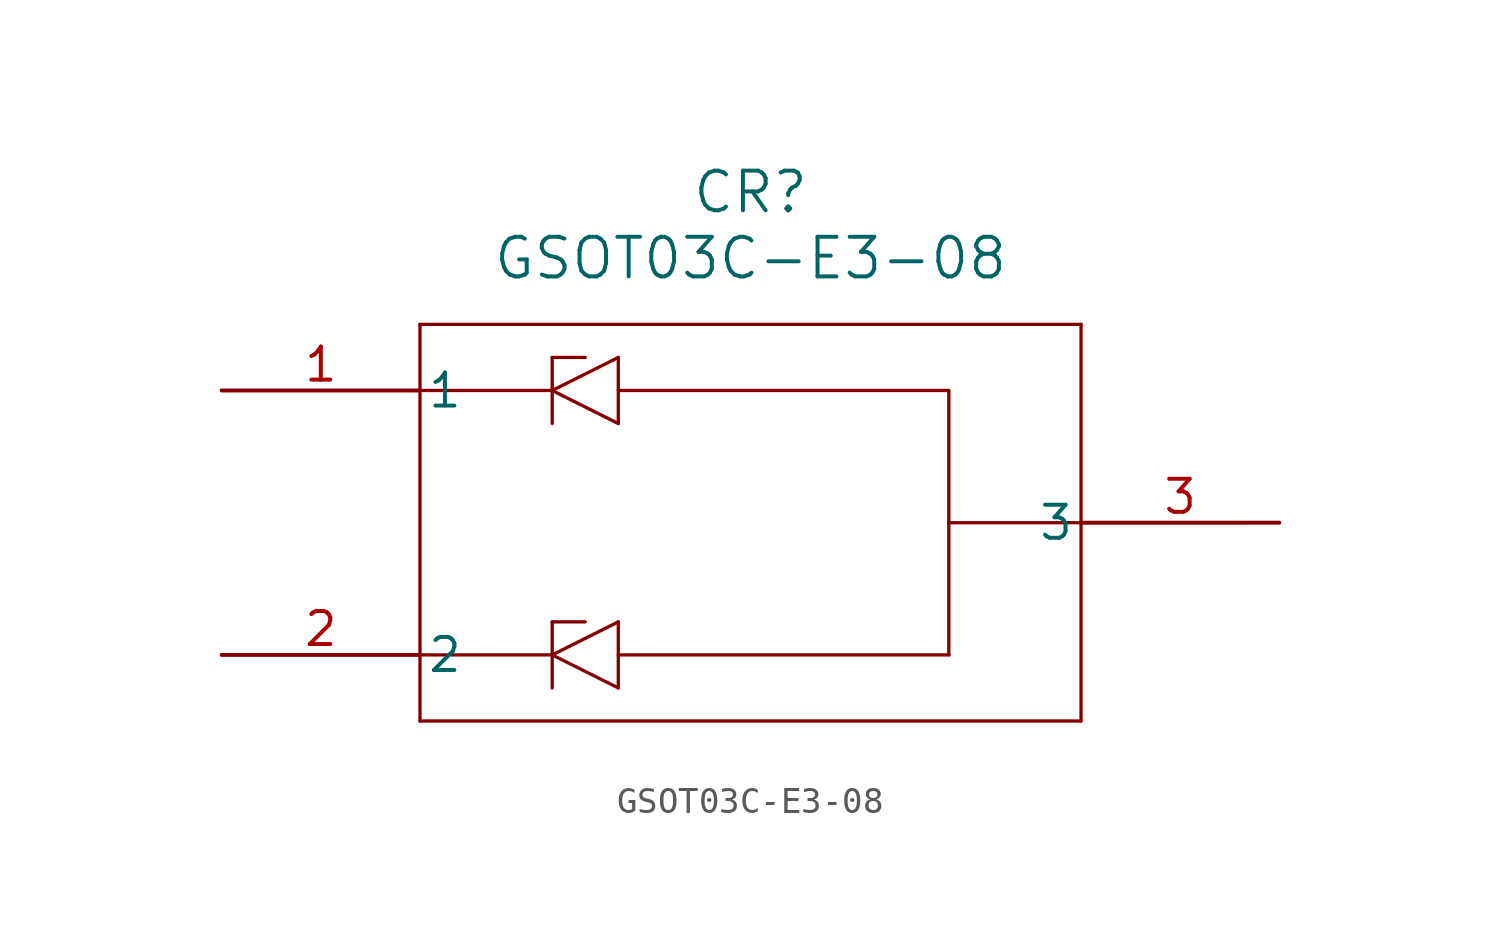
<source format=kicad_sym>
(kicad_symbol_lib
  (version 20220914)
  (generator kicad_symbol_editor)
  (symbol "GSOT03C-E3-08"
    (pin_names
      (offset 0.254))
    (property "Reference" "CR"
      (at 20.32 7.62 0)
      (effects (font (size 1.524 1.524))))
    (property "Value" "GSOT03C-E3-08"
      (at 20.32 5.08 0)
      (effects (font (size 1.524 1.524))))
    (property "ki_locked" ""
      (at 0 0 0)
      (effects (font (size 1.27 1.27))))
    (symbol "GSOT03C-E3-08_0_1"
      (polyline (pts (xy 7.62 -12.7) (xy 33.02 -12.7)) (stroke (width 0.127) (type default)) (fill (type none)))
      (polyline (pts (xy 7.62 -10.16) (xy 12.7 -10.16)) (stroke (width 0.127) (type default)) (fill (type none)))
      (polyline (pts (xy 7.62 0) (xy 12.7 0)) (stroke (width 0.127) (type default)) (fill (type none)))
      (polyline (pts (xy 7.62 2.54) (xy 7.62 -12.7)) (stroke (width 0.127) (type default)) (fill (type none)))
      (polyline (pts (xy 12.7 -11.43) (xy 12.7 -8.89)) (stroke (width 0.127) (type default)) (fill (type none)))
      (polyline (pts (xy 12.7 -10.16) (xy 15.24 -8.89)) (stroke (width 0.127) (type default)) (fill (type none)))
      (polyline (pts (xy 12.7 -8.89) (xy 13.97 -8.89)) (stroke (width 0.127) (type default)) (fill (type none)))
      (polyline (pts (xy 12.7 -1.27) (xy 12.7 1.27)) (stroke (width 0.127) (type default)) (fill (type none)))
      (polyline (pts (xy 12.7 0) (xy 15.24 1.27)) (stroke (width 0.127) (type default)) (fill (type none)))
      (polyline (pts (xy 12.7 1.27) (xy 13.97 1.27)) (stroke (width 0.127) (type default)) (fill (type none)))
      (polyline (pts (xy 15.24 -11.43) (xy 12.7 -10.16)) (stroke (width 0.127) (type default)) (fill (type none)))
      (polyline (pts (xy 15.24 -10.16) (xy 27.94 -10.16)) (stroke (width 0.127) (type default)) (fill (type none)))
      (polyline (pts (xy 15.24 -8.89) (xy 15.24 -11.43)) (stroke (width 0.127) (type default)) (fill (type none)))
      (polyline (pts (xy 15.24 -1.27) (xy 12.7 0)) (stroke (width 0.127) (type default)) (fill (type none)))
      (polyline (pts (xy 15.24 0) (xy 27.94 0)) (stroke (width 0.127) (type default)) (fill (type none)))
      (polyline (pts (xy 15.24 1.27) (xy 15.24 -1.27)) (stroke (width 0.127) (type default)) (fill (type none)))
      (polyline (pts (xy 27.94 -10.16) (xy 27.94 -5.08)) (stroke (width 0.127) (type default)) (fill (type none)))
      (polyline (pts (xy 27.94 -5.08) (xy 39.37 -5.08)) (stroke (width 0.127) (type default)) (fill (type none)))
      (polyline (pts (xy 27.94 0) (xy 27.94 -5.08)) (stroke (width 0.127) (type default)) (fill (type none)))
      (polyline (pts (xy 33.02 -12.7) (xy 33.02 2.54)) (stroke (width 0.127) (type default)) (fill (type none)))
      (polyline (pts (xy 33.02 2.54) (xy 7.62 2.54)) (stroke (width 0.127) (type default)) (fill (type none)))
      (pin unspecified line (at 0 0 0) (length 7.62) (name "1" (effects (font (size 1.27 1.27)))) (number "1" (effects (font (size 1.27 1.27)))))
      (pin unspecified line (at 0 -10.16 0) (length 7.62) (name "2" (effects (font (size 1.27 1.27)))) (number "2" (effects (font (size 1.27 1.27)))))
      (pin unspecified line (at 40.64 -5.08 180) (length 7.62) (name "3" (effects (font (size 1.27 1.27)))) (number "3" (effects (font (size 1.27 1.27))))))))
</source>
